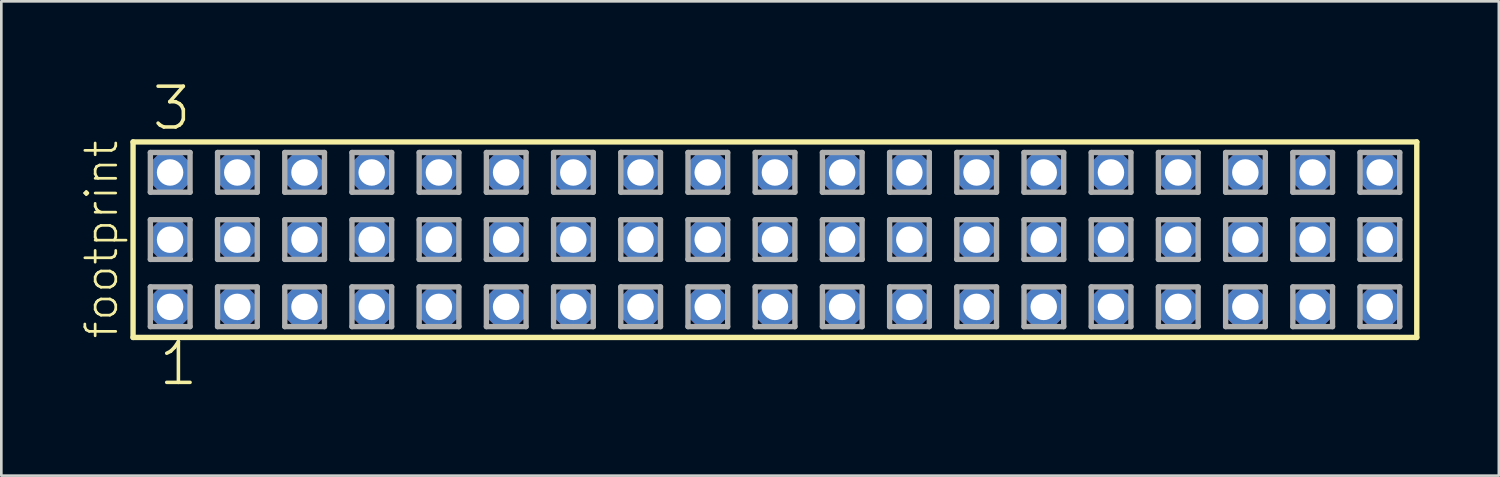
<source format=kicad_pcb>
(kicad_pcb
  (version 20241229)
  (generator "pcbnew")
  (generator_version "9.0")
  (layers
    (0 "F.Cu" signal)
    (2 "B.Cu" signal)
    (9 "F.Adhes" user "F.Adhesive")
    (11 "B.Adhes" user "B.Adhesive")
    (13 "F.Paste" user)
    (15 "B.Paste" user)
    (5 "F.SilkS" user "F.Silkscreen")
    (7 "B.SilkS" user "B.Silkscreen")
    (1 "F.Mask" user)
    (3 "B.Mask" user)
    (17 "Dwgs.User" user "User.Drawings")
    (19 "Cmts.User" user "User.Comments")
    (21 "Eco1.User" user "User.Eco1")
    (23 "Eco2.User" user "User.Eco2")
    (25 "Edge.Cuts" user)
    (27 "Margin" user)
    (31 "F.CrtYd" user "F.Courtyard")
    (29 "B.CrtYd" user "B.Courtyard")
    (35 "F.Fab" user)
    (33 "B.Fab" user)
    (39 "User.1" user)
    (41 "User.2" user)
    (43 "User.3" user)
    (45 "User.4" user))
  (footprint "footprint"
    (layer "F.Cu")
    (at 26.238 6.009)
    (property "Reference" "footprint" (at -24.765 3.81 90) (layer "F.SilkS") (effects (font (size 1.168 1.168) (thickness 0.102)) (justify left bottom)))
    (fp_line (start -24.259 -3.695) (end 24.259 -3.695) (stroke (width 0.203) (type solid)) (layer "F.SilkS"))
    (fp_line (start -24.259 3.695) (end -24.259 -3.695) (stroke (width 0.203) (type solid)) (layer "F.SilkS"))
    (fp_line (start 24.259 -3.695) (end 24.259 3.695) (stroke (width 0.203) (type solid)) (layer "F.SilkS"))
    (fp_line (start 24.259 3.695) (end -24.259 3.695) (stroke (width 0.203) (type solid)) (layer "F.SilkS"))
    (fp_line (start -23.605 -3.295) (end -22.105 -3.295) (stroke (width 0.203) (type solid)) (layer "F.Fab"))
    (fp_line (start -23.605 -1.795) (end -23.605 -3.295) (stroke (width 0.203) (type solid)) (layer "F.Fab"))
    (fp_line (start -23.605 -0.755) (end -22.105 -0.755) (stroke (width 0.203) (type solid)) (layer "F.Fab"))
    (fp_line (start -23.605 0.745) (end -23.605 -0.755) (stroke (width 0.203) (type solid)) (layer "F.Fab"))
    (fp_line (start -23.605 1.785) (end -22.105 1.785) (stroke (width 0.203) (type solid)) (layer "F.Fab"))
    (fp_line (start -23.605 3.285) (end -23.605 1.785) (stroke (width 0.203) (type solid)) (layer "F.Fab"))
    (fp_line (start -22.105 -3.295) (end -22.105 -1.795) (stroke (width 0.203) (type solid)) (layer "F.Fab"))
    (fp_line (start -22.105 -1.795) (end -23.605 -1.795) (stroke (width 0.203) (type solid)) (layer "F.Fab"))
    (fp_line (start -22.105 -0.755) (end -22.105 0.745) (stroke (width 0.203) (type solid)) (layer "F.Fab"))
    (fp_line (start -22.105 0.745) (end -23.605 0.745) (stroke (width 0.203) (type solid)) (layer "F.Fab"))
    (fp_line (start -22.105 1.785) (end -22.105 3.285) (stroke (width 0.203) (type solid)) (layer "F.Fab"))
    (fp_line (start -22.105 3.285) (end -23.605 3.285) (stroke (width 0.203) (type solid)) (layer "F.Fab"))
    (fp_line (start -21.065 -3.295) (end -19.565 -3.295) (stroke (width 0.203) (type solid)) (layer "F.Fab"))
    (fp_line (start -21.065 -1.795) (end -21.065 -3.295) (stroke (width 0.203) (type solid)) (layer "F.Fab"))
    (fp_line (start -21.065 -0.755) (end -19.565 -0.755) (stroke (width 0.203) (type solid)) (layer "F.Fab"))
    (fp_line (start -21.065 0.745) (end -21.065 -0.755) (stroke (width 0.203) (type solid)) (layer "F.Fab"))
    (fp_line (start -21.065 1.785) (end -19.565 1.785) (stroke (width 0.203) (type solid)) (layer "F.Fab"))
    (fp_line (start -21.065 3.285) (end -21.065 1.785) (stroke (width 0.203) (type solid)) (layer "F.Fab"))
    (fp_line (start -19.565 -3.295) (end -19.565 -1.795) (stroke (width 0.203) (type solid)) (layer "F.Fab"))
    (fp_line (start -19.565 -1.795) (end -21.065 -1.795) (stroke (width 0.203) (type solid)) (layer "F.Fab"))
    (fp_line (start -19.565 -0.755) (end -19.565 0.745) (stroke (width 0.203) (type solid)) (layer "F.Fab"))
    (fp_line (start -19.565 0.745) (end -21.065 0.745) (stroke (width 0.203) (type solid)) (layer "F.Fab"))
    (fp_line (start -19.565 1.785) (end -19.565 3.285) (stroke (width 0.203) (type solid)) (layer "F.Fab"))
    (fp_line (start -19.565 3.285) (end -21.065 3.285) (stroke (width 0.203) (type solid)) (layer "F.Fab"))
    (fp_line (start -18.525 -3.295) (end -17.025 -3.295) (stroke (width 0.203) (type solid)) (layer "F.Fab"))
    (fp_line (start -18.525 -1.795) (end -18.525 -3.295) (stroke (width 0.203) (type solid)) (layer "F.Fab"))
    (fp_line (start -18.525 -0.755) (end -17.025 -0.755) (stroke (width 0.203) (type solid)) (layer "F.Fab"))
    (fp_line (start -18.525 0.745) (end -18.525 -0.755) (stroke (width 0.203) (type solid)) (layer "F.Fab"))
    (fp_line (start -18.525 1.785) (end -17.025 1.785) (stroke (width 0.203) (type solid)) (layer "F.Fab"))
    (fp_line (start -18.525 3.285) (end -18.525 1.785) (stroke (width 0.203) (type solid)) (layer "F.Fab"))
    (fp_line (start -17.025 -3.295) (end -17.025 -1.795) (stroke (width 0.203) (type solid)) (layer "F.Fab"))
    (fp_line (start -17.025 -1.795) (end -18.525 -1.795) (stroke (width 0.203) (type solid)) (layer "F.Fab"))
    (fp_line (start -17.025 -0.755) (end -17.025 0.745) (stroke (width 0.203) (type solid)) (layer "F.Fab"))
    (fp_line (start -17.025 0.745) (end -18.525 0.745) (stroke (width 0.203) (type solid)) (layer "F.Fab"))
    (fp_line (start -17.025 1.785) (end -17.025 3.285) (stroke (width 0.203) (type solid)) (layer "F.Fab"))
    (fp_line (start -17.025 3.285) (end -18.525 3.285) (stroke (width 0.203) (type solid)) (layer "F.Fab"))
    (fp_line (start -15.985 -3.295) (end -14.485 -3.295) (stroke (width 0.203) (type solid)) (layer "F.Fab"))
    (fp_line (start -15.985 -1.795) (end -15.985 -3.295) (stroke (width 0.203) (type solid)) (layer "F.Fab"))
    (fp_line (start -15.985 -0.755) (end -14.485 -0.755) (stroke (width 0.203) (type solid)) (layer "F.Fab"))
    (fp_line (start -15.985 0.745) (end -15.985 -0.755) (stroke (width 0.203) (type solid)) (layer "F.Fab"))
    (fp_line (start -15.985 1.785) (end -14.485 1.785) (stroke (width 0.203) (type solid)) (layer "F.Fab"))
    (fp_line (start -15.985 3.285) (end -15.985 1.785) (stroke (width 0.203) (type solid)) (layer "F.Fab"))
    (fp_line (start -14.485 -3.295) (end -14.485 -1.795) (stroke (width 0.203) (type solid)) (layer "F.Fab"))
    (fp_line (start -14.485 -1.795) (end -15.985 -1.795) (stroke (width 0.203) (type solid)) (layer "F.Fab"))
    (fp_line (start -14.485 -0.755) (end -14.485 0.745) (stroke (width 0.203) (type solid)) (layer "F.Fab"))
    (fp_line (start -14.485 0.745) (end -15.985 0.745) (stroke (width 0.203) (type solid)) (layer "F.Fab"))
    (fp_line (start -14.485 1.785) (end -14.485 3.285) (stroke (width 0.203) (type solid)) (layer "F.Fab"))
    (fp_line (start -14.485 3.285) (end -15.985 3.285) (stroke (width 0.203) (type solid)) (layer "F.Fab"))
    (fp_line (start -13.445 -3.295) (end -11.945 -3.295) (stroke (width 0.203) (type solid)) (layer "F.Fab"))
    (fp_line (start -13.445 -1.795) (end -13.445 -3.295) (stroke (width 0.203) (type solid)) (layer "F.Fab"))
    (fp_line (start -13.445 -0.755) (end -11.945 -0.755) (stroke (width 0.203) (type solid)) (layer "F.Fab"))
    (fp_line (start -13.445 0.745) (end -13.445 -0.755) (stroke (width 0.203) (type solid)) (layer "F.Fab"))
    (fp_line (start -13.445 1.785) (end -11.945 1.785) (stroke (width 0.203) (type solid)) (layer "F.Fab"))
    (fp_line (start -13.445 3.285) (end -13.445 1.785) (stroke (width 0.203) (type solid)) (layer "F.Fab"))
    (fp_line (start -11.945 -3.295) (end -11.945 -1.795) (stroke (width 0.203) (type solid)) (layer "F.Fab"))
    (fp_line (start -11.945 -1.795) (end -13.445 -1.795) (stroke (width 0.203) (type solid)) (layer "F.Fab"))
    (fp_line (start -11.945 -0.755) (end -11.945 0.745) (stroke (width 0.203) (type solid)) (layer "F.Fab"))
    (fp_line (start -11.945 0.745) (end -13.445 0.745) (stroke (width 0.203) (type solid)) (layer "F.Fab"))
    (fp_line (start -11.945 1.785) (end -11.945 3.285) (stroke (width 0.203) (type solid)) (layer "F.Fab"))
    (fp_line (start -11.945 3.285) (end -13.445 3.285) (stroke (width 0.203) (type solid)) (layer "F.Fab"))
    (fp_line (start -10.905 -3.295) (end -9.405 -3.295) (stroke (width 0.203) (type solid)) (layer "F.Fab"))
    (fp_line (start -10.905 -1.795) (end -10.905 -3.295) (stroke (width 0.203) (type solid)) (layer "F.Fab"))
    (fp_line (start -10.905 -0.755) (end -9.405 -0.755) (stroke (width 0.203) (type solid)) (layer "F.Fab"))
    (fp_line (start -10.905 0.745) (end -10.905 -0.755) (stroke (width 0.203) (type solid)) (layer "F.Fab"))
    (fp_line (start -10.905 1.785) (end -9.405 1.785) (stroke (width 0.203) (type solid)) (layer "F.Fab"))
    (fp_line (start -10.905 3.285) (end -10.905 1.785) (stroke (width 0.203) (type solid)) (layer "F.Fab"))
    (fp_line (start -9.405 -3.295) (end -9.405 -1.795) (stroke (width 0.203) (type solid)) (layer "F.Fab"))
    (fp_line (start -9.405 -1.795) (end -10.905 -1.795) (stroke (width 0.203) (type solid)) (layer "F.Fab"))
    (fp_line (start -9.405 -0.755) (end -9.405 0.745) (stroke (width 0.203) (type solid)) (layer "F.Fab"))
    (fp_line (start -9.405 0.745) (end -10.905 0.745) (stroke (width 0.203) (type solid)) (layer "F.Fab"))
    (fp_line (start -9.405 1.785) (end -9.405 3.285) (stroke (width 0.203) (type solid)) (layer "F.Fab"))
    (fp_line (start -9.405 3.285) (end -10.905 3.285) (stroke (width 0.203) (type solid)) (layer "F.Fab"))
    (fp_line (start -8.365 -3.295) (end -6.865 -3.295) (stroke (width 0.203) (type solid)) (layer "F.Fab"))
    (fp_line (start -8.365 -1.795) (end -8.365 -3.295) (stroke (width 0.203) (type solid)) (layer "F.Fab"))
    (fp_line (start -8.365 -0.755) (end -6.865 -0.755) (stroke (width 0.203) (type solid)) (layer "F.Fab"))
    (fp_line (start -8.365 0.745) (end -8.365 -0.755) (stroke (width 0.203) (type solid)) (layer "F.Fab"))
    (fp_line (start -8.365 1.785) (end -6.865 1.785) (stroke (width 0.203) (type solid)) (layer "F.Fab"))
    (fp_line (start -8.365 3.285) (end -8.365 1.785) (stroke (width 0.203) (type solid)) (layer "F.Fab"))
    (fp_line (start -6.865 -3.295) (end -6.865 -1.795) (stroke (width 0.203) (type solid)) (layer "F.Fab"))
    (fp_line (start -6.865 -1.795) (end -8.365 -1.795) (stroke (width 0.203) (type solid)) (layer "F.Fab"))
    (fp_line (start -6.865 -0.755) (end -6.865 0.745) (stroke (width 0.203) (type solid)) (layer "F.Fab"))
    (fp_line (start -6.865 0.745) (end -8.365 0.745) (stroke (width 0.203) (type solid)) (layer "F.Fab"))
    (fp_line (start -6.865 1.785) (end -6.865 3.285) (stroke (width 0.203) (type solid)) (layer "F.Fab"))
    (fp_line (start -6.865 3.285) (end -8.365 3.285) (stroke (width 0.203) (type solid)) (layer "F.Fab"))
    (fp_line (start -5.825 -3.295) (end -4.325 -3.295) (stroke (width 0.203) (type solid)) (layer "F.Fab"))
    (fp_line (start -5.825 -1.795) (end -5.825 -3.295) (stroke (width 0.203) (type solid)) (layer "F.Fab"))
    (fp_line (start -5.825 -0.755) (end -4.325 -0.755) (stroke (width 0.203) (type solid)) (layer "F.Fab"))
    (fp_line (start -5.825 0.745) (end -5.825 -0.755) (stroke (width 0.203) (type solid)) (layer "F.Fab"))
    (fp_line (start -5.825 1.785) (end -4.325 1.785) (stroke (width 0.203) (type solid)) (layer "F.Fab"))
    (fp_line (start -5.825 3.285) (end -5.825 1.785) (stroke (width 0.203) (type solid)) (layer "F.Fab"))
    (fp_line (start -4.325 -3.295) (end -4.325 -1.795) (stroke (width 0.203) (type solid)) (layer "F.Fab"))
    (fp_line (start -4.325 -1.795) (end -5.825 -1.795) (stroke (width 0.203) (type solid)) (layer "F.Fab"))
    (fp_line (start -4.325 -0.755) (end -4.325 0.745) (stroke (width 0.203) (type solid)) (layer "F.Fab"))
    (fp_line (start -4.325 0.745) (end -5.825 0.745) (stroke (width 0.203) (type solid)) (layer "F.Fab"))
    (fp_line (start -4.325 1.785) (end -4.325 3.285) (stroke (width 0.203) (type solid)) (layer "F.Fab"))
    (fp_line (start -4.325 3.285) (end -5.825 3.285) (stroke (width 0.203) (type solid)) (layer "F.Fab"))
    (fp_line (start -3.285 -3.295) (end -1.785 -3.295) (stroke (width 0.203) (type solid)) (layer "F.Fab"))
    (fp_line (start -3.285 -1.795) (end -3.285 -3.295) (stroke (width 0.203) (type solid)) (layer "F.Fab"))
    (fp_line (start -3.285 -0.755) (end -1.785 -0.755) (stroke (width 0.203) (type solid)) (layer "F.Fab"))
    (fp_line (start -3.285 0.745) (end -3.285 -0.755) (stroke (width 0.203) (type solid)) (layer "F.Fab"))
    (fp_line (start -3.285 1.785) (end -1.785 1.785) (stroke (width 0.203) (type solid)) (layer "F.Fab"))
    (fp_line (start -3.285 3.285) (end -3.285 1.785) (stroke (width 0.203) (type solid)) (layer "F.Fab"))
    (fp_line (start -1.785 -3.295) (end -1.785 -1.795) (stroke (width 0.203) (type solid)) (layer "F.Fab"))
    (fp_line (start -1.785 -1.795) (end -3.285 -1.795) (stroke (width 0.203) (type solid)) (layer "F.Fab"))
    (fp_line (start -1.785 -0.755) (end -1.785 0.745) (stroke (width 0.203) (type solid)) (layer "F.Fab"))
    (fp_line (start -1.785 0.745) (end -3.285 0.745) (stroke (width 0.203) (type solid)) (layer "F.Fab"))
    (fp_line (start -1.785 1.785) (end -1.785 3.285) (stroke (width 0.203) (type solid)) (layer "F.Fab"))
    (fp_line (start -1.785 3.285) (end -3.285 3.285) (stroke (width 0.203) (type solid)) (layer "F.Fab"))
    (fp_line (start -0.745 -3.295) (end 0.755 -3.295) (stroke (width 0.203) (type solid)) (layer "F.Fab"))
    (fp_line (start -0.745 -1.795) (end -0.745 -3.295) (stroke (width 0.203) (type solid)) (layer "F.Fab"))
    (fp_line (start -0.745 -0.755) (end 0.755 -0.755) (stroke (width 0.203) (type solid)) (layer "F.Fab"))
    (fp_line (start -0.745 0.745) (end -0.745 -0.755) (stroke (width 0.203) (type solid)) (layer "F.Fab"))
    (fp_line (start -0.745 1.785) (end 0.755 1.785) (stroke (width 0.203) (type solid)) (layer "F.Fab"))
    (fp_line (start -0.745 3.285) (end -0.745 1.785) (stroke (width 0.203) (type solid)) (layer "F.Fab"))
    (fp_line (start 0.755 -3.295) (end 0.755 -1.795) (stroke (width 0.203) (type solid)) (layer "F.Fab"))
    (fp_line (start 0.755 -1.795) (end -0.745 -1.795) (stroke (width 0.203) (type solid)) (layer "F.Fab"))
    (fp_line (start 0.755 -0.755) (end 0.755 0.745) (stroke (width 0.203) (type solid)) (layer "F.Fab"))
    (fp_line (start 0.755 0.745) (end -0.745 0.745) (stroke (width 0.203) (type solid)) (layer "F.Fab"))
    (fp_line (start 0.755 1.785) (end 0.755 3.285) (stroke (width 0.203) (type solid)) (layer "F.Fab"))
    (fp_line (start 0.755 3.285) (end -0.745 3.285) (stroke (width 0.203) (type solid)) (layer "F.Fab"))
    (fp_line (start 1.795 -3.295) (end 3.295 -3.295) (stroke (width 0.203) (type solid)) (layer "F.Fab"))
    (fp_line (start 1.795 -1.795) (end 1.795 -3.295) (stroke (width 0.203) (type solid)) (layer "F.Fab"))
    (fp_line (start 1.795 -0.755) (end 3.295 -0.755) (stroke (width 0.203) (type solid)) (layer "F.Fab"))
    (fp_line (start 1.795 0.745) (end 1.795 -0.755) (stroke (width 0.203) (type solid)) (layer "F.Fab"))
    (fp_line (start 1.795 1.785) (end 3.295 1.785) (stroke (width 0.203) (type solid)) (layer "F.Fab"))
    (fp_line (start 1.795 3.285) (end 1.795 1.785) (stroke (width 0.203) (type solid)) (layer "F.Fab"))
    (fp_line (start 3.295 -3.295) (end 3.295 -1.795) (stroke (width 0.203) (type solid)) (layer "F.Fab"))
    (fp_line (start 3.295 -1.795) (end 1.795 -1.795) (stroke (width 0.203) (type solid)) (layer "F.Fab"))
    (fp_line (start 3.295 -0.755) (end 3.295 0.745) (stroke (width 0.203) (type solid)) (layer "F.Fab"))
    (fp_line (start 3.295 0.745) (end 1.795 0.745) (stroke (width 0.203) (type solid)) (layer "F.Fab"))
    (fp_line (start 3.295 1.785) (end 3.295 3.285) (stroke (width 0.203) (type solid)) (layer "F.Fab"))
    (fp_line (start 3.295 3.285) (end 1.795 3.285) (stroke (width 0.203) (type solid)) (layer "F.Fab"))
    (fp_line (start 4.335 -3.295) (end 5.835 -3.295) (stroke (width 0.203) (type solid)) (layer "F.Fab"))
    (fp_line (start 4.335 -1.795) (end 4.335 -3.295) (stroke (width 0.203) (type solid)) (layer "F.Fab"))
    (fp_line (start 4.335 -0.755) (end 5.835 -0.755) (stroke (width 0.203) (type solid)) (layer "F.Fab"))
    (fp_line (start 4.335 0.745) (end 4.335 -0.755) (stroke (width 0.203) (type solid)) (layer "F.Fab"))
    (fp_line (start 4.335 1.785) (end 5.835 1.785) (stroke (width 0.203) (type solid)) (layer "F.Fab"))
    (fp_line (start 4.335 3.285) (end 4.335 1.785) (stroke (width 0.203) (type solid)) (layer "F.Fab"))
    (fp_line (start 5.835 -3.295) (end 5.835 -1.795) (stroke (width 0.203) (type solid)) (layer "F.Fab"))
    (fp_line (start 5.835 -1.795) (end 4.335 -1.795) (stroke (width 0.203) (type solid)) (layer "F.Fab"))
    (fp_line (start 5.835 -0.755) (end 5.835 0.745) (stroke (width 0.203) (type solid)) (layer "F.Fab"))
    (fp_line (start 5.835 0.745) (end 4.335 0.745) (stroke (width 0.203) (type solid)) (layer "F.Fab"))
    (fp_line (start 5.835 1.785) (end 5.835 3.285) (stroke (width 0.203) (type solid)) (layer "F.Fab"))
    (fp_line (start 5.835 3.285) (end 4.335 3.285) (stroke (width 0.203) (type solid)) (layer "F.Fab"))
    (fp_line (start 6.875 -3.295) (end 8.375 -3.295) (stroke (width 0.203) (type solid)) (layer "F.Fab"))
    (fp_line (start 6.875 -1.795) (end 6.875 -3.295) (stroke (width 0.203) (type solid)) (layer "F.Fab"))
    (fp_line (start 6.875 -0.755) (end 8.375 -0.755) (stroke (width 0.203) (type solid)) (layer "F.Fab"))
    (fp_line (start 6.875 0.745) (end 6.875 -0.755) (stroke (width 0.203) (type solid)) (layer "F.Fab"))
    (fp_line (start 6.875 1.785) (end 8.375 1.785) (stroke (width 0.203) (type solid)) (layer "F.Fab"))
    (fp_line (start 6.875 3.285) (end 6.875 1.785) (stroke (width 0.203) (type solid)) (layer "F.Fab"))
    (fp_line (start 8.375 -3.295) (end 8.375 -1.795) (stroke (width 0.203) (type solid)) (layer "F.Fab"))
    (fp_line (start 8.375 -1.795) (end 6.875 -1.795) (stroke (width 0.203) (type solid)) (layer "F.Fab"))
    (fp_line (start 8.375 -0.755) (end 8.375 0.745) (stroke (width 0.203) (type solid)) (layer "F.Fab"))
    (fp_line (start 8.375 0.745) (end 6.875 0.745) (stroke (width 0.203) (type solid)) (layer "F.Fab"))
    (fp_line (start 8.375 1.785) (end 8.375 3.285) (stroke (width 0.203) (type solid)) (layer "F.Fab"))
    (fp_line (start 8.375 3.285) (end 6.875 3.285) (stroke (width 0.203) (type solid)) (layer "F.Fab"))
    (fp_line (start 9.415 -3.295) (end 10.915 -3.295) (stroke (width 0.203) (type solid)) (layer "F.Fab"))
    (fp_line (start 9.415 -1.795) (end 9.415 -3.295) (stroke (width 0.203) (type solid)) (layer "F.Fab"))
    (fp_line (start 9.415 -0.755) (end 10.915 -0.755) (stroke (width 0.203) (type solid)) (layer "F.Fab"))
    (fp_line (start 9.415 0.745) (end 9.415 -0.755) (stroke (width 0.203) (type solid)) (layer "F.Fab"))
    (fp_line (start 9.415 1.785) (end 10.915 1.785) (stroke (width 0.203) (type solid)) (layer "F.Fab"))
    (fp_line (start 9.415 3.285) (end 9.415 1.785) (stroke (width 0.203) (type solid)) (layer "F.Fab"))
    (fp_line (start 10.915 -3.295) (end 10.915 -1.795) (stroke (width 0.203) (type solid)) (layer "F.Fab"))
    (fp_line (start 10.915 -1.795) (end 9.415 -1.795) (stroke (width 0.203) (type solid)) (layer "F.Fab"))
    (fp_line (start 10.915 -0.755) (end 10.915 0.745) (stroke (width 0.203) (type solid)) (layer "F.Fab"))
    (fp_line (start 10.915 0.745) (end 9.415 0.745) (stroke (width 0.203) (type solid)) (layer "F.Fab"))
    (fp_line (start 10.915 1.785) (end 10.915 3.285) (stroke (width 0.203) (type solid)) (layer "F.Fab"))
    (fp_line (start 10.915 3.285) (end 9.415 3.285) (stroke (width 0.203) (type solid)) (layer "F.Fab"))
    (fp_line (start 11.955 -3.295) (end 13.455 -3.295) (stroke (width 0.203) (type solid)) (layer "F.Fab"))
    (fp_line (start 11.955 -1.795) (end 11.955 -3.295) (stroke (width 0.203) (type solid)) (layer "F.Fab"))
    (fp_line (start 11.955 -0.755) (end 13.455 -0.755) (stroke (width 0.203) (type solid)) (layer "F.Fab"))
    (fp_line (start 11.955 0.745) (end 11.955 -0.755) (stroke (width 0.203) (type solid)) (layer "F.Fab"))
    (fp_line (start 11.955 1.785) (end 13.455 1.785) (stroke (width 0.203) (type solid)) (layer "F.Fab"))
    (fp_line (start 11.955 3.285) (end 11.955 1.785) (stroke (width 0.203) (type solid)) (layer "F.Fab"))
    (fp_line (start 13.455 -3.295) (end 13.455 -1.795) (stroke (width 0.203) (type solid)) (layer "F.Fab"))
    (fp_line (start 13.455 -1.795) (end 11.955 -1.795) (stroke (width 0.203) (type solid)) (layer "F.Fab"))
    (fp_line (start 13.455 -0.755) (end 13.455 0.745) (stroke (width 0.203) (type solid)) (layer "F.Fab"))
    (fp_line (start 13.455 0.745) (end 11.955 0.745) (stroke (width 0.203) (type solid)) (layer "F.Fab"))
    (fp_line (start 13.455 1.785) (end 13.455 3.285) (stroke (width 0.203) (type solid)) (layer "F.Fab"))
    (fp_line (start 13.455 3.285) (end 11.955 3.285) (stroke (width 0.203) (type solid)) (layer "F.Fab"))
    (fp_line (start 14.495 -3.295) (end 15.995 -3.295) (stroke (width 0.203) (type solid)) (layer "F.Fab"))
    (fp_line (start 14.495 -1.795) (end 14.495 -3.295) (stroke (width 0.203) (type solid)) (layer "F.Fab"))
    (fp_line (start 14.495 -0.755) (end 15.995 -0.755) (stroke (width 0.203) (type solid)) (layer "F.Fab"))
    (fp_line (start 14.495 0.745) (end 14.495 -0.755) (stroke (width 0.203) (type solid)) (layer "F.Fab"))
    (fp_line (start 14.495 1.785) (end 15.995 1.785) (stroke (width 0.203) (type solid)) (layer "F.Fab"))
    (fp_line (start 14.495 3.285) (end 14.495 1.785) (stroke (width 0.203) (type solid)) (layer "F.Fab"))
    (fp_line (start 15.995 -3.295) (end 15.995 -1.795) (stroke (width 0.203) (type solid)) (layer "F.Fab"))
    (fp_line (start 15.995 -1.795) (end 14.495 -1.795) (stroke (width 0.203) (type solid)) (layer "F.Fab"))
    (fp_line (start 15.995 -0.755) (end 15.995 0.745) (stroke (width 0.203) (type solid)) (layer "F.Fab"))
    (fp_line (start 15.995 0.745) (end 14.495 0.745) (stroke (width 0.203) (type solid)) (layer "F.Fab"))
    (fp_line (start 15.995 1.785) (end 15.995 3.285) (stroke (width 0.203) (type solid)) (layer "F.Fab"))
    (fp_line (start 15.995 3.285) (end 14.495 3.285) (stroke (width 0.203) (type solid)) (layer "F.Fab"))
    (fp_line (start 17.035 -3.295) (end 18.535 -3.295) (stroke (width 0.203) (type solid)) (layer "F.Fab"))
    (fp_line (start 17.035 -1.795) (end 17.035 -3.295) (stroke (width 0.203) (type solid)) (layer "F.Fab"))
    (fp_line (start 17.035 -0.755) (end 18.535 -0.755) (stroke (width 0.203) (type solid)) (layer "F.Fab"))
    (fp_line (start 17.035 0.745) (end 17.035 -0.755) (stroke (width 0.203) (type solid)) (layer "F.Fab"))
    (fp_line (start 17.035 1.785) (end 18.535 1.785) (stroke (width 0.203) (type solid)) (layer "F.Fab"))
    (fp_line (start 17.035 3.285) (end 17.035 1.785) (stroke (width 0.203) (type solid)) (layer "F.Fab"))
    (fp_line (start 18.535 -3.295) (end 18.535 -1.795) (stroke (width 0.203) (type solid)) (layer "F.Fab"))
    (fp_line (start 18.535 -1.795) (end 17.035 -1.795) (stroke (width 0.203) (type solid)) (layer "F.Fab"))
    (fp_line (start 18.535 -0.755) (end 18.535 0.745) (stroke (width 0.203) (type solid)) (layer "F.Fab"))
    (fp_line (start 18.535 0.745) (end 17.035 0.745) (stroke (width 0.203) (type solid)) (layer "F.Fab"))
    (fp_line (start 18.535 1.785) (end 18.535 3.285) (stroke (width 0.203) (type solid)) (layer "F.Fab"))
    (fp_line (start 18.535 3.285) (end 17.035 3.285) (stroke (width 0.203) (type solid)) (layer "F.Fab"))
    (fp_line (start 19.575 -3.295) (end 21.075 -3.295) (stroke (width 0.203) (type solid)) (layer "F.Fab"))
    (fp_line (start 19.575 -1.795) (end 19.575 -3.295) (stroke (width 0.203) (type solid)) (layer "F.Fab"))
    (fp_line (start 19.575 -0.755) (end 21.075 -0.755) (stroke (width 0.203) (type solid)) (layer "F.Fab"))
    (fp_line (start 19.575 0.745) (end 19.575 -0.755) (stroke (width 0.203) (type solid)) (layer "F.Fab"))
    (fp_line (start 19.575 1.785) (end 21.075 1.785) (stroke (width 0.203) (type solid)) (layer "F.Fab"))
    (fp_line (start 19.575 3.285) (end 19.575 1.785) (stroke (width 0.203) (type solid)) (layer "F.Fab"))
    (fp_line (start 21.075 -3.295) (end 21.075 -1.795) (stroke (width 0.203) (type solid)) (layer "F.Fab"))
    (fp_line (start 21.075 -1.795) (end 19.575 -1.795) (stroke (width 0.203) (type solid)) (layer "F.Fab"))
    (fp_line (start 21.075 -0.755) (end 21.075 0.745) (stroke (width 0.203) (type solid)) (layer "F.Fab"))
    (fp_line (start 21.075 0.745) (end 19.575 0.745) (stroke (width 0.203) (type solid)) (layer "F.Fab"))
    (fp_line (start 21.075 1.785) (end 21.075 3.285) (stroke (width 0.203) (type solid)) (layer "F.Fab"))
    (fp_line (start 21.075 3.285) (end 19.575 3.285) (stroke (width 0.203) (type solid)) (layer "F.Fab"))
    (fp_line (start 22.115 -3.295) (end 23.615 -3.295) (stroke (width 0.203) (type solid)) (layer "F.Fab"))
    (fp_line (start 22.115 -1.795) (end 22.115 -3.295) (stroke (width 0.203) (type solid)) (layer "F.Fab"))
    (fp_line (start 22.115 -0.755) (end 23.615 -0.755) (stroke (width 0.203) (type solid)) (layer "F.Fab"))
    (fp_line (start 22.115 0.745) (end 22.115 -0.755) (stroke (width 0.203) (type solid)) (layer "F.Fab"))
    (fp_line (start 22.115 1.785) (end 23.615 1.785) (stroke (width 0.203) (type solid)) (layer "F.Fab"))
    (fp_line (start 22.115 3.285) (end 22.115 1.785) (stroke (width 0.203) (type solid)) (layer "F.Fab"))
    (fp_line (start 23.615 -3.295) (end 23.615 -1.795) (stroke (width 0.203) (type solid)) (layer "F.Fab"))
    (fp_line (start 23.615 -1.795) (end 22.115 -1.795) (stroke (width 0.203) (type solid)) (layer "F.Fab"))
    (fp_line (start 23.615 -0.755) (end 23.615 0.745) (stroke (width 0.203) (type solid)) (layer "F.Fab"))
    (fp_line (start 23.615 0.745) (end 22.115 0.745) (stroke (width 0.203) (type solid)) (layer "F.Fab"))
    (fp_line (start 23.615 1.785) (end 23.615 3.285) (stroke (width 0.203) (type solid)) (layer "F.Fab"))
    (fp_line (start 23.615 3.285) (end 22.115 3.285) (stroke (width 0.203) (type solid)) (layer "F.Fab"))
    (fp_text user "3" (at -23.622 -4.064 0) (layer "F.SilkS") (effects (font (size 1.542 1.542) (thickness 0.134)) (justify left bottom)))
    (fp_text user "1" (at -23.368 5.588 0) (layer "F.SilkS") (effects (font (size 1.542 1.542) (thickness 0.134)) (justify left bottom)))
    (pad "1" thru_hole roundrect (at -22.86 2.54) (size 1.5 1.5) (drill 1) (layers "*.Cu" "*.Mask") (roundrect_rratio 0.25) (chamfer_ratio 0.25) (chamfer top_left top_right bottom_left bottom_right))
    (pad "2" thru_hole roundrect (at -22.86 0) (size 1.5 1.5) (drill 1) (layers "*.Cu" "*.Mask") (roundrect_rratio 0.25) (chamfer_ratio 0.25) (chamfer top_left top_right bottom_left bottom_right))
    (pad "3" thru_hole roundrect (at -22.86 -2.54) (size 1.5 1.5) (drill 1) (layers "*.Cu" "*.Mask") (roundrect_rratio 0.25) (chamfer_ratio 0.25) (chamfer top_left top_right bottom_left bottom_right))
    (pad "4" thru_hole roundrect (at -20.32 2.54) (size 1.5 1.5) (drill 1) (layers "*.Cu" "*.Mask") (roundrect_rratio 0.25) (chamfer_ratio 0.25) (chamfer top_left top_right bottom_left bottom_right))
    (pad "5" thru_hole roundrect (at -20.32 0) (size 1.5 1.5) (drill 1) (layers "*.Cu" "*.Mask") (roundrect_rratio 0.25) (chamfer_ratio 0.25) (chamfer top_left top_right bottom_left bottom_right))
    (pad "6" thru_hole roundrect (at -20.32 -2.54) (size 1.5 1.5) (drill 1) (layers "*.Cu" "*.Mask") (roundrect_rratio 0.25) (chamfer_ratio 0.25) (chamfer top_left top_right bottom_left bottom_right))
    (pad "7" thru_hole roundrect (at -17.78 2.54) (size 1.5 1.5) (drill 1) (layers "*.Cu" "*.Mask") (roundrect_rratio 0.25) (chamfer_ratio 0.25) (chamfer top_left top_right bottom_left bottom_right))
    (pad "8" thru_hole roundrect (at -17.78 0) (size 1.5 1.5) (drill 1) (layers "*.Cu" "*.Mask") (roundrect_rratio 0.25) (chamfer_ratio 0.25) (chamfer top_left top_right bottom_left bottom_right))
    (pad "9" thru_hole roundrect (at -17.78 -2.54) (size 1.5 1.5) (drill 1) (layers "*.Cu" "*.Mask") (roundrect_rratio 0.25) (chamfer_ratio 0.25) (chamfer top_left top_right bottom_left bottom_right))
    (pad "10" thru_hole roundrect (at -15.24 2.54) (size 1.5 1.5) (drill 1) (layers "*.Cu" "*.Mask") (roundrect_rratio 0.25) (chamfer_ratio 0.25) (chamfer top_left top_right bottom_left bottom_right))
    (pad "11" thru_hole roundrect (at -15.24 0) (size 1.5 1.5) (drill 1) (layers "*.Cu" "*.Mask") (roundrect_rratio 0.25) (chamfer_ratio 0.25) (chamfer top_left top_right bottom_left bottom_right))
    (pad "12" thru_hole roundrect (at -15.24 -2.54) (size 1.5 1.5) (drill 1) (layers "*.Cu" "*.Mask") (roundrect_rratio 0.25) (chamfer_ratio 0.25) (chamfer top_left top_right bottom_left bottom_right))
    (pad "13" thru_hole roundrect (at -12.7 2.54) (size 1.5 1.5) (drill 1) (layers "*.Cu" "*.Mask") (roundrect_rratio 0.25) (chamfer_ratio 0.25) (chamfer top_left top_right bottom_left bottom_right))
    (pad "14" thru_hole roundrect (at -12.7 0) (size 1.5 1.5) (drill 1) (layers "*.Cu" "*.Mask") (roundrect_rratio 0.25) (chamfer_ratio 0.25) (chamfer top_left top_right bottom_left bottom_right))
    (pad "15" thru_hole roundrect (at -12.7 -2.54) (size 1.5 1.5) (drill 1) (layers "*.Cu" "*.Mask") (roundrect_rratio 0.25) (chamfer_ratio 0.25) (chamfer top_left top_right bottom_left bottom_right))
    (pad "16" thru_hole roundrect (at -10.16 2.54) (size 1.5 1.5) (drill 1) (layers "*.Cu" "*.Mask") (roundrect_rratio 0.25) (chamfer_ratio 0.25) (chamfer top_left top_right bottom_left bottom_right))
    (pad "17" thru_hole roundrect (at -10.16 0) (size 1.5 1.5) (drill 1) (layers "*.Cu" "*.Mask") (roundrect_rratio 0.25) (chamfer_ratio 0.25) (chamfer top_left top_right bottom_left bottom_right))
    (pad "18" thru_hole roundrect (at -10.16 -2.54) (size 1.5 1.5) (drill 1) (layers "*.Cu" "*.Mask") (roundrect_rratio 0.25) (chamfer_ratio 0.25) (chamfer top_left top_right bottom_left bottom_right))
    (pad "19" thru_hole roundrect (at -7.62 2.54) (size 1.5 1.5) (drill 1) (layers "*.Cu" "*.Mask") (roundrect_rratio 0.25) (chamfer_ratio 0.25) (chamfer top_left top_right bottom_left bottom_right))
    (pad "20" thru_hole roundrect (at -7.62 0) (size 1.5 1.5) (drill 1) (layers "*.Cu" "*.Mask") (roundrect_rratio 0.25) (chamfer_ratio 0.25) (chamfer top_left top_right bottom_left bottom_right))
    (pad "21" thru_hole roundrect (at -7.62 -2.54) (size 1.5 1.5) (drill 1) (layers "*.Cu" "*.Mask") (roundrect_rratio 0.25) (chamfer_ratio 0.25) (chamfer top_left top_right bottom_left bottom_right))
    (pad "22" thru_hole roundrect (at -5.08 2.54) (size 1.5 1.5) (drill 1) (layers "*.Cu" "*.Mask") (roundrect_rratio 0.25) (chamfer_ratio 0.25) (chamfer top_left top_right bottom_left bottom_right))
    (pad "23" thru_hole roundrect (at -5.08 0) (size 1.5 1.5) (drill 1) (layers "*.Cu" "*.Mask") (roundrect_rratio 0.25) (chamfer_ratio 0.25) (chamfer top_left top_right bottom_left bottom_right))
    (pad "24" thru_hole roundrect (at -5.08 -2.54) (size 1.5 1.5) (drill 1) (layers "*.Cu" "*.Mask") (roundrect_rratio 0.25) (chamfer_ratio 0.25) (chamfer top_left top_right bottom_left bottom_right))
    (pad "25" thru_hole roundrect (at -2.54 2.54) (size 1.5 1.5) (drill 1) (layers "*.Cu" "*.Mask") (roundrect_rratio 0.25) (chamfer_ratio 0.25) (chamfer top_left top_right bottom_left bottom_right))
    (pad "26" thru_hole roundrect (at -2.54 0) (size 1.5 1.5) (drill 1) (layers "*.Cu" "*.Mask") (roundrect_rratio 0.25) (chamfer_ratio 0.25) (chamfer top_left top_right bottom_left bottom_right))
    (pad "27" thru_hole roundrect (at -2.54 -2.54) (size 1.5 1.5) (drill 1) (layers "*.Cu" "*.Mask") (roundrect_rratio 0.25) (chamfer_ratio 0.25) (chamfer top_left top_right bottom_left bottom_right))
    (pad "28" thru_hole roundrect (at 0 2.54) (size 1.5 1.5) (drill 1) (layers "*.Cu" "*.Mask") (roundrect_rratio 0.25) (chamfer_ratio 0.25) (chamfer top_left top_right bottom_left bottom_right))
    (pad "29" thru_hole roundrect (at 0 0) (size 1.5 1.5) (drill 1) (layers "*.Cu" "*.Mask") (roundrect_rratio 0.25) (chamfer_ratio 0.25) (chamfer top_left top_right bottom_left bottom_right))
    (pad "30" thru_hole roundrect (at 0 -2.54) (size 1.5 1.5) (drill 1) (layers "*.Cu" "*.Mask") (roundrect_rratio 0.25) (chamfer_ratio 0.25) (chamfer top_left top_right bottom_left bottom_right))
    (pad "31" thru_hole roundrect (at 2.54 2.54) (size 1.5 1.5) (drill 1) (layers "*.Cu" "*.Mask") (roundrect_rratio 0.25) (chamfer_ratio 0.25) (chamfer top_left top_right bottom_left bottom_right))
    (pad "32" thru_hole roundrect (at 2.54 0) (size 1.5 1.5) (drill 1) (layers "*.Cu" "*.Mask") (roundrect_rratio 0.25) (chamfer_ratio 0.25) (chamfer top_left top_right bottom_left bottom_right))
    (pad "33" thru_hole roundrect (at 2.54 -2.54) (size 1.5 1.5) (drill 1) (layers "*.Cu" "*.Mask") (roundrect_rratio 0.25) (chamfer_ratio 0.25) (chamfer top_left top_right bottom_left bottom_right))
    (pad "34" thru_hole roundrect (at 5.08 2.54) (size 1.5 1.5) (drill 1) (layers "*.Cu" "*.Mask") (roundrect_rratio 0.25) (chamfer_ratio 0.25) (chamfer top_left top_right bottom_left bottom_right))
    (pad "35" thru_hole roundrect (at 5.08 0) (size 1.5 1.5) (drill 1) (layers "*.Cu" "*.Mask") (roundrect_rratio 0.25) (chamfer_ratio 0.25) (chamfer top_left top_right bottom_left bottom_right))
    (pad "36" thru_hole roundrect (at 5.08 -2.54) (size 1.5 1.5) (drill 1) (layers "*.Cu" "*.Mask") (roundrect_rratio 0.25) (chamfer_ratio 0.25) (chamfer top_left top_right bottom_left bottom_right))
    (pad "37" thru_hole roundrect (at 7.62 2.54) (size 1.5 1.5) (drill 1) (layers "*.Cu" "*.Mask") (roundrect_rratio 0.25) (chamfer_ratio 0.25) (chamfer top_left top_right bottom_left bottom_right))
    (pad "38" thru_hole roundrect (at 7.62 0) (size 1.5 1.5) (drill 1) (layers "*.Cu" "*.Mask") (roundrect_rratio 0.25) (chamfer_ratio 0.25) (chamfer top_left top_right bottom_left bottom_right))
    (pad "39" thru_hole roundrect (at 7.62 -2.54) (size 1.5 1.5) (drill 1) (layers "*.Cu" "*.Mask") (roundrect_rratio 0.25) (chamfer_ratio 0.25) (chamfer top_left top_right bottom_left bottom_right))
    (pad "40" thru_hole roundrect (at 10.16 2.54) (size 1.5 1.5) (drill 1) (layers "*.Cu" "*.Mask") (roundrect_rratio 0.25) (chamfer_ratio 0.25) (chamfer top_left top_right bottom_left bottom_right))
    (pad "41" thru_hole roundrect (at 10.16 0) (size 1.5 1.5) (drill 1) (layers "*.Cu" "*.Mask") (roundrect_rratio 0.25) (chamfer_ratio 0.25) (chamfer top_left top_right bottom_left bottom_right))
    (pad "42" thru_hole roundrect (at 10.16 -2.54) (size 1.5 1.5) (drill 1) (layers "*.Cu" "*.Mask") (roundrect_rratio 0.25) (chamfer_ratio 0.25) (chamfer top_left top_right bottom_left bottom_right))
    (pad "43" thru_hole roundrect (at 12.7 2.54) (size 1.5 1.5) (drill 1) (layers "*.Cu" "*.Mask") (roundrect_rratio 0.25) (chamfer_ratio 0.25) (chamfer top_left top_right bottom_left bottom_right))
    (pad "44" thru_hole roundrect (at 12.7 0) (size 1.5 1.5) (drill 1) (layers "*.Cu" "*.Mask") (roundrect_rratio 0.25) (chamfer_ratio 0.25) (chamfer top_left top_right bottom_left bottom_right))
    (pad "45" thru_hole roundrect (at 12.7 -2.54) (size 1.5 1.5) (drill 1) (layers "*.Cu" "*.Mask") (roundrect_rratio 0.25) (chamfer_ratio 0.25) (chamfer top_left top_right bottom_left bottom_right))
    (pad "46" thru_hole roundrect (at 15.24 2.54) (size 1.5 1.5) (drill 1) (layers "*.Cu" "*.Mask") (roundrect_rratio 0.25) (chamfer_ratio 0.25) (chamfer top_left top_right bottom_left bottom_right))
    (pad "47" thru_hole roundrect (at 15.24 0) (size 1.5 1.5) (drill 1) (layers "*.Cu" "*.Mask") (roundrect_rratio 0.25) (chamfer_ratio 0.25) (chamfer top_left top_right bottom_left bottom_right))
    (pad "48" thru_hole roundrect (at 15.24 -2.54) (size 1.5 1.5) (drill 1) (layers "*.Cu" "*.Mask") (roundrect_rratio 0.25) (chamfer_ratio 0.25) (chamfer top_left top_right bottom_left bottom_right))
    (pad "49" thru_hole roundrect (at 17.78 2.54) (size 1.5 1.5) (drill 1) (layers "*.Cu" "*.Mask") (roundrect_rratio 0.25) (chamfer_ratio 0.25) (chamfer top_left top_right bottom_left bottom_right))
    (pad "50" thru_hole roundrect (at 17.78 0) (size 1.5 1.5) (drill 1) (layers "*.Cu" "*.Mask") (roundrect_rratio 0.25) (chamfer_ratio 0.25) (chamfer top_left top_right bottom_left bottom_right))
    (pad "51" thru_hole roundrect (at 17.78 -2.54) (size 1.5 1.5) (drill 1) (layers "*.Cu" "*.Mask") (roundrect_rratio 0.25) (chamfer_ratio 0.25) (chamfer top_left top_right bottom_left bottom_right))
    (pad "52" thru_hole roundrect (at 20.32 2.54) (size 1.5 1.5) (drill 1) (layers "*.Cu" "*.Mask") (roundrect_rratio 0.25) (chamfer_ratio 0.25) (chamfer top_left top_right bottom_left bottom_right))
    (pad "53" thru_hole roundrect (at 20.32 0) (size 1.5 1.5) (drill 1) (layers "*.Cu" "*.Mask") (roundrect_rratio 0.25) (chamfer_ratio 0.25) (chamfer top_left top_right bottom_left bottom_right))
    (pad "54" thru_hole roundrect (at 20.32 -2.54) (size 1.5 1.5) (drill 1) (layers "*.Cu" "*.Mask") (roundrect_rratio 0.25) (chamfer_ratio 0.25) (chamfer top_left top_right bottom_left bottom_right))
    (pad "55" thru_hole roundrect (at 22.86 2.54) (size 1.5 1.5) (drill 1) (layers "*.Cu" "*.Mask") (roundrect_rratio 0.25) (chamfer_ratio 0.25) (chamfer top_left top_right bottom_left bottom_right))
    (pad "56" thru_hole roundrect (at 22.86 0) (size 1.5 1.5) (drill 1) (layers "*.Cu" "*.Mask") (roundrect_rratio 0.25) (chamfer_ratio 0.25) (chamfer top_left top_right bottom_left bottom_right))
    (pad "57" thru_hole roundrect (at 22.86 -2.54) (size 1.5 1.5) (drill 1) (layers "*.Cu" "*.Mask") (roundrect_rratio 0.25) (chamfer_ratio 0.25) (chamfer top_left top_right bottom_left bottom_right)))
  (gr_rect
    (start -3 -3)
    (end 53.599 14.927)
    (stroke (width 0.1) (type default))
    (fill no)
    (layer "Edge.Cuts")))
</source>
